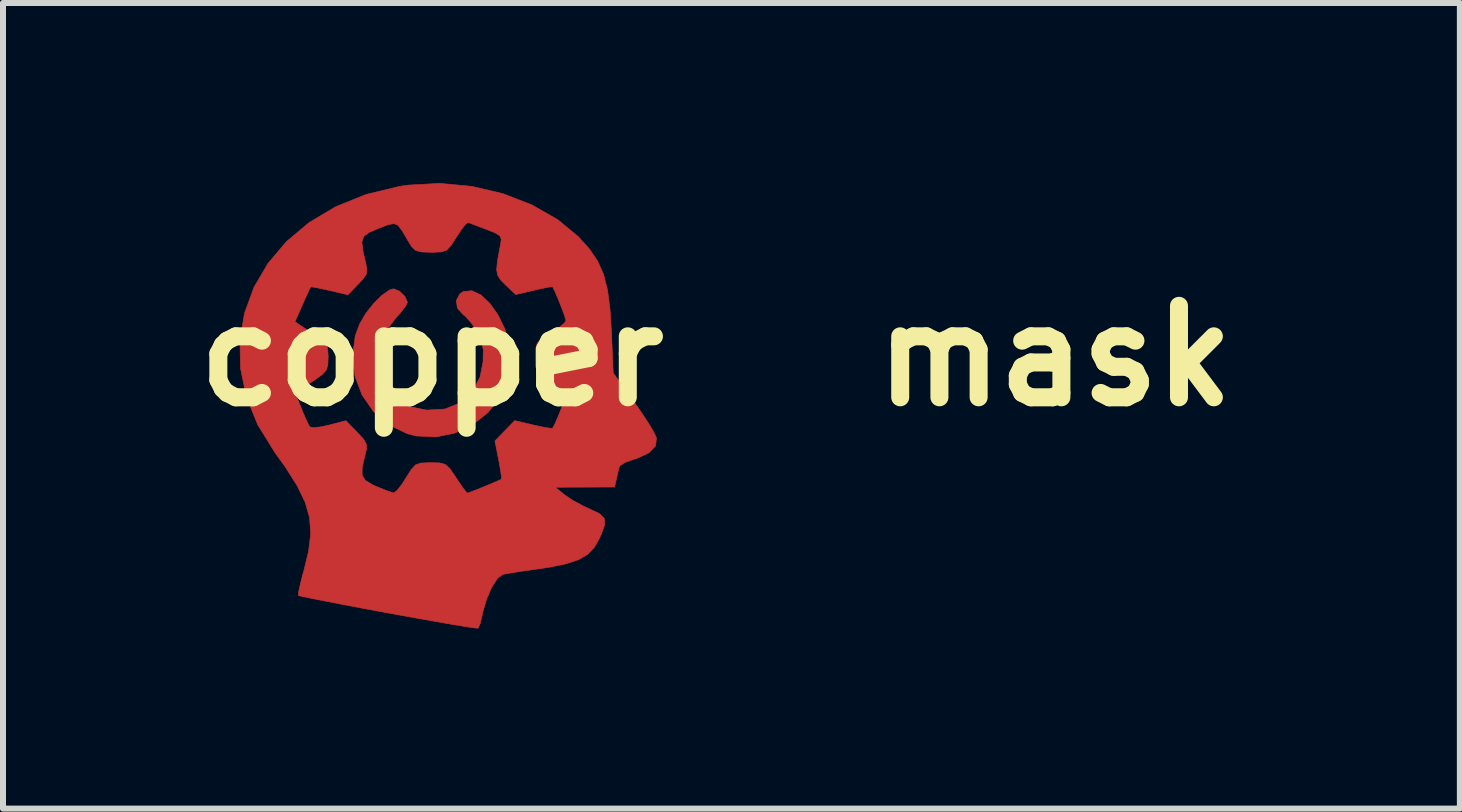
<source format=kicad_pcb>
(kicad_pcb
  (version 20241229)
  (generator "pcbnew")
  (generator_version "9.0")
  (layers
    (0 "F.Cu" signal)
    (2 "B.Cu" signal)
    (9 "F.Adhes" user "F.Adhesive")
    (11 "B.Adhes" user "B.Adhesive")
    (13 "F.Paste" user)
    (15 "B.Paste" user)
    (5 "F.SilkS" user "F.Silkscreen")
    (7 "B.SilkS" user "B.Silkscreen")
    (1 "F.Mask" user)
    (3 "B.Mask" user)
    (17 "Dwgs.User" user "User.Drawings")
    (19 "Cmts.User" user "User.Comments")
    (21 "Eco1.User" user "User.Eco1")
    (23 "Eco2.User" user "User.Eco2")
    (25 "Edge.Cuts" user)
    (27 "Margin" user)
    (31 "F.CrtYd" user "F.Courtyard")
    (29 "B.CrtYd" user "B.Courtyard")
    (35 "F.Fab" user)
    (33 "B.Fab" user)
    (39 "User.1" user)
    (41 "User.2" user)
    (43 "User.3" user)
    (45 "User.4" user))
  (footprint "mask"
    (layer "F.Cu")
    (at 14.525 2.88)
    (property "Reference" "mask" (at 0 0 0) (layer "F.SilkS") (effects (font (size 1.524 1.524) (thickness 0.3))))
    (attr through_hole)
    (fp_poly (pts (xy -0.537 -1.078) (xy -0.446 -0.989) (xy -0.406 -0.893) (xy -0.44 -0.824) (xy -0.526 -0.713) (xy -0.605 -0.626) (xy -0.793 -0.374) (xy -0.887 -0.104) (xy -0.888 0.172) (xy -0.792 0.44) (xy -0.748 0.51) (xy -0.565 0.723) (xy -0.351 0.848) (xy -0.087 0.903) (xy 0.219 0.885) (xy 0.477 0.781) (xy 0.675 0.601) (xy 0.805 0.351) (xy 0.854 0.097) (xy 0.858 -0.104) (xy 0.826 -0.258) (xy 0.758 -0.402) (xy 0.661 -0.547) (xy 0.557 -0.662) (xy 0.524 -0.687) (xy 0.427 -0.796) (xy 0.409 -0.923) (xy 0.467 -1.033) (xy 0.527 -1.073) (xy 0.668 -1.086) (xy 0.818 -1.016) (xy 0.966 -0.877) (xy 1.101 -0.686) (xy 1.213 -0.46) (xy 1.29 -0.212) (xy 1.32 0.04) (xy 1.321 0.054) (xy 1.274 0.384) (xy 1.142 0.682) (xy 0.941 0.939) (xy 0.685 1.143) (xy 0.389 1.284) (xy 0.067 1.35) (xy -0.265 1.333) (xy -0.408 1.296) (xy -0.718 1.147) (xy -0.972 0.926) (xy -1.162 0.65) (xy -1.28 0.337) (xy -1.32 0.003) (xy -1.275 -0.335) (xy -1.201 -0.534) (xy -1.102 -0.704) (xy -0.972 -0.869) (xy -0.833 -1.008) (xy -0.706 -1.097) (xy -0.637 -1.118) (xy -0.537 -1.078)) (stroke (width 0.01) (type solid)) (fill yes) (layer "F.Mask"))
    (fp_poly (pts (xy 0.668 -2.825) (xy 1.185 -2.704) (xy 1.669 -2.516) (xy 2.101 -2.268) (xy 2.44 -1.988) (xy 2.624 -1.785) (xy 2.762 -1.583) (xy 2.861 -1.361) (xy 2.928 -1.098) (xy 2.97 -0.773) (xy 2.993 -0.404) (xy 3.023 0.284) (xy 3.367 0.762) (xy 3.508 0.964) (xy 3.627 1.148) (xy 3.71 1.291) (xy 3.743 1.365) (xy 3.729 1.498) (xy 3.619 1.614) (xy 3.419 1.707) (xy 3.345 1.729) (xy 3.215 1.777) (xy 3.135 1.83) (xy 3.126 1.844) (xy 3.102 1.937) (xy 3.077 2.045) (xy 3.046 2.184) (xy 2.552 2.186) (xy 2.057 2.188) (xy 2.21 2.313) (xy 2.347 2.406) (xy 2.528 2.503) (xy 2.629 2.549) (xy 2.791 2.626) (xy 2.872 2.704) (xy 2.881 2.808) (xy 2.827 2.964) (xy 2.797 3.031) (xy 2.711 3.186) (xy 2.6 3.304) (xy 2.448 3.394) (xy 2.239 3.463) (xy 1.957 3.521) (xy 1.707 3.558) (xy 1.499 3.587) (xy 1.319 3.615) (xy 1.2 3.637) (xy 1.185 3.64) (xy 1.095 3.706) (xy 1.001 3.85) (xy 0.915 4.046) (xy 0.849 4.271) (xy 0.837 4.331) (xy 0.806 4.458) (xy 0.775 4.532) (xy 0.769 4.537) (xy 0.713 4.532) (xy 0.569 4.511) (xy 0.351 4.475) (xy 0.071 4.426) (xy -0.258 4.368) (xy -0.623 4.302) (xy -0.733 4.282) (xy -1.106 4.213) (xy -1.446 4.149) (xy -1.739 4.092) (xy -1.974 4.046) (xy -2.138 4.012) (xy -2.217 3.994) (xy -2.223 3.991) (xy -2.219 3.937) (xy -2.192 3.809) (xy -2.147 3.633) (xy -2.13 3.573) (xy -2.051 3.247) (xy -2.018 2.962) (xy -2.035 2.7) (xy -2.108 2.441) (xy -2.242 2.164) (xy -2.441 1.85) (xy -2.614 1.609) (xy -2.9 1.147) (xy -3.09 0.677) (xy -3.187 0.204) (xy -3.196 -0.261) (xy -3.144 -0.569) (xy -2.28 -0.569) (xy -2.004 -0.386) (xy -1.854 -0.283) (xy -1.772 -0.205) (xy -1.736 -0.123) (xy -1.727 -0.008) (xy -1.727 0.025) (xy -1.732 0.152) (xy -1.76 0.239) (xy -1.831 0.315) (xy -1.964 0.41) (xy -2.002 0.435) (xy -2.277 0.618) (xy -2.171 0.88) (xy -2.107 1.033) (xy -2.053 1.146) (xy -2.03 1.184) (xy -1.966 1.195) (xy -1.836 1.18) (xy -1.713 1.152) (xy -1.431 1.079) (xy -1.245 1.27) (xy -1.137 1.386) (xy -1.09 1.47) (xy -1.089 1.56) (xy -1.113 1.657) (xy -1.16 1.856) (xy -1.161 1.987) (xy -1.106 2.075) (xy -0.985 2.148) (xy -0.927 2.174) (xy -0.779 2.234) (xy -0.667 2.274) (xy -0.633 2.282) (xy -0.58 2.244) (xy -0.499 2.141) (xy -0.43 2.033) (xy -0.341 1.891) (xy -0.27 1.815) (xy -0.181 1.785) (xy -0.041 1.779) (xy -0.018 1.779) (xy 0.13 1.782) (xy 0.224 1.807) (xy 0.299 1.874) (xy 0.388 2.004) (xy 0.406 2.032) (xy 0.497 2.167) (xy 0.565 2.259) (xy 0.593 2.286) (xy 0.646 2.268) (xy 0.76 2.224) (xy 0.901 2.166) (xy 1.037 2.11) (xy 1.133 2.067) (xy 1.159 2.053) (xy 1.159 2.002) (xy 1.141 1.879) (xy 1.114 1.729) (xy 1.052 1.417) (xy 1.381 1.078) (xy 1.688 1.15) (xy 1.851 1.185) (xy 1.968 1.205) (xy 2.011 1.207) (xy 2.046 1.144) (xy 2.1 1.021) (xy 2.159 0.874) (xy 2.208 0.739) (xy 2.233 0.653) (xy 2.234 0.643) (xy 2.193 0.587) (xy 2.088 0.504) (xy 1.98 0.434) (xy 1.838 0.346) (xy 1.763 0.274) (xy 1.733 0.186) (xy 1.727 0.047) (xy 1.727 0.026) (xy 1.731 -0.122) (xy 1.757 -0.214) (xy 1.826 -0.284) (xy 1.958 -0.368) (xy 1.981 -0.381) (xy 2.119 -0.471) (xy 2.211 -0.549) (xy 2.235 -0.588) (xy 2.217 -0.655) (xy 2.172 -0.78) (xy 2.114 -0.927) (xy 2.058 -1.06) (xy 2.017 -1.145) (xy 2.011 -1.154) (xy 1.961 -1.149) (xy 1.841 -1.125) (xy 1.7 -1.093) (xy 1.397 -1.022) (xy 1.228 -1.184) (xy 1.146 -1.268) (xy 1.098 -1.344) (xy 1.081 -1.436) (xy 1.093 -1.571) (xy 1.129 -1.772) (xy 1.146 -1.855) (xy 1.157 -1.945) (xy 1.133 -2.003) (xy 1.052 -2.052) (xy 0.907 -2.109) (xy 0.754 -2.167) (xy 0.642 -2.21) (xy 0.604 -2.225) (xy 0.562 -2.193) (xy 0.487 -2.096) (xy 0.413 -1.984) (xy 0.321 -1.841) (xy 0.249 -1.764) (xy 0.161 -1.733) (xy 0.023 -1.727) (xy -0.016 -1.727) (xy -0.176 -1.732) (xy -0.271 -1.758) (xy -0.339 -1.825) (xy -0.396 -1.918) (xy -0.492 -2.083) (xy -0.561 -2.175) (xy -0.631 -2.205) (xy -0.728 -2.186) (xy -0.88 -2.128) (xy -0.88 -2.128) (xy -1.043 -2.059) (xy -1.134 -1.991) (xy -1.165 -1.896) (xy -1.147 -1.748) (xy -1.112 -1.597) (xy -1.082 -1.457) (xy -1.09 -1.365) (xy -1.149 -1.277) (xy -1.226 -1.196) (xy -1.397 -1.019) (xy -1.702 -1.09) (xy -1.862 -1.125) (xy -1.977 -1.147) (xy -2.017 -1.149) (xy -2.042 -1.101) (xy -2.095 -0.985) (xy -2.154 -0.854) (xy -2.28 -0.569) (xy -3.144 -0.569) (xy -3.12 -0.712) (xy -2.963 -1.142) (xy -2.729 -1.541) (xy -2.422 -1.904) (xy -2.045 -2.221) (xy -1.603 -2.485) (xy -1.098 -2.689) (xy -0.537 -2.825) (xy -0.393 -2.846) (xy 0.135 -2.875) (xy 0.668 -2.825)) (stroke (width 0.01) (type solid)) (fill yes) (layer "F.Mask")))
  (footprint "copper"
    (layer "F.Cu")
    (at 4.144 2.88)
    (property "Reference" "copper" (at 0 0 0) (layer "F.SilkS") (effects (font (size 1.524 1.524) (thickness 0.3))))
    (attr through_hole)
    (fp_poly (pts (xy -0.537 -1.078) (xy -0.446 -0.989) (xy -0.406 -0.893) (xy -0.44 -0.824) (xy -0.526 -0.713) (xy -0.605 -0.626) (xy -0.793 -0.374) (xy -0.887 -0.104) (xy -0.888 0.172) (xy -0.792 0.44) (xy -0.748 0.51) (xy -0.565 0.723) (xy -0.351 0.848) (xy -0.087 0.903) (xy 0.219 0.885) (xy 0.477 0.781) (xy 0.675 0.601) (xy 0.805 0.351) (xy 0.854 0.097) (xy 0.858 -0.104) (xy 0.826 -0.258) (xy 0.758 -0.402) (xy 0.661 -0.547) (xy 0.557 -0.662) (xy 0.524 -0.687) (xy 0.427 -0.796) (xy 0.409 -0.923) (xy 0.467 -1.033) (xy 0.527 -1.073) (xy 0.668 -1.086) (xy 0.818 -1.016) (xy 0.966 -0.877) (xy 1.101 -0.686) (xy 1.213 -0.46) (xy 1.29 -0.212) (xy 1.32 0.04) (xy 1.321 0.054) (xy 1.274 0.384) (xy 1.142 0.682) (xy 0.941 0.939) (xy 0.685 1.143) (xy 0.389 1.284) (xy 0.067 1.35) (xy -0.265 1.333) (xy -0.408 1.296) (xy -0.718 1.147) (xy -0.972 0.926) (xy -1.162 0.65) (xy -1.28 0.337) (xy -1.32 0.003) (xy -1.275 -0.335) (xy -1.201 -0.534) (xy -1.102 -0.704) (xy -0.972 -0.869) (xy -0.833 -1.008) (xy -0.706 -1.097) (xy -0.637 -1.118) (xy -0.537 -1.078)) (stroke (width 0.01) (type solid)) (fill yes) (layer "F.Cu"))
    (fp_poly (pts (xy 0.668 -2.825) (xy 1.185 -2.704) (xy 1.669 -2.516) (xy 2.101 -2.268) (xy 2.44 -1.988) (xy 2.624 -1.785) (xy 2.762 -1.583) (xy 2.861 -1.361) (xy 2.928 -1.098) (xy 2.97 -0.773) (xy 2.993 -0.404) (xy 3.023 0.284) (xy 3.367 0.762) (xy 3.508 0.964) (xy 3.627 1.148) (xy 3.71 1.291) (xy 3.743 1.365) (xy 3.729 1.498) (xy 3.619 1.614) (xy 3.419 1.707) (xy 3.345 1.729) (xy 3.215 1.777) (xy 3.135 1.83) (xy 3.126 1.844) (xy 3.102 1.937) (xy 3.077 2.045) (xy 3.046 2.184) (xy 2.552 2.186) (xy 2.057 2.188) (xy 2.21 2.313) (xy 2.347 2.406) (xy 2.528 2.503) (xy 2.629 2.549) (xy 2.791 2.626) (xy 2.872 2.704) (xy 2.881 2.808) (xy 2.827 2.964) (xy 2.797 3.031) (xy 2.711 3.186) (xy 2.6 3.304) (xy 2.448 3.394) (xy 2.239 3.463) (xy 1.957 3.521) (xy 1.707 3.558) (xy 1.499 3.587) (xy 1.319 3.615) (xy 1.2 3.637) (xy 1.185 3.64) (xy 1.095 3.706) (xy 1.001 3.85) (xy 0.915 4.046) (xy 0.849 4.271) (xy 0.837 4.331) (xy 0.806 4.458) (xy 0.775 4.532) (xy 0.769 4.537) (xy 0.713 4.532) (xy 0.569 4.511) (xy 0.351 4.475) (xy 0.071 4.426) (xy -0.258 4.368) (xy -0.623 4.302) (xy -0.733 4.282) (xy -1.106 4.213) (xy -1.446 4.149) (xy -1.739 4.092) (xy -1.974 4.046) (xy -2.138 4.012) (xy -2.217 3.994) (xy -2.223 3.991) (xy -2.219 3.937) (xy -2.192 3.809) (xy -2.147 3.633) (xy -2.13 3.573) (xy -2.051 3.247) (xy -2.018 2.962) (xy -2.035 2.7) (xy -2.108 2.441) (xy -2.242 2.164) (xy -2.441 1.85) (xy -2.614 1.609) (xy -2.9 1.147) (xy -3.09 0.677) (xy -3.187 0.204) (xy -3.196 -0.261) (xy -3.144 -0.569) (xy -2.28 -0.569) (xy -2.004 -0.386) (xy -1.854 -0.283) (xy -1.772 -0.205) (xy -1.736 -0.123) (xy -1.727 -0.008) (xy -1.727 0.025) (xy -1.732 0.152) (xy -1.76 0.239) (xy -1.831 0.315) (xy -1.964 0.41) (xy -2.002 0.435) (xy -2.277 0.618) (xy -2.171 0.88) (xy -2.107 1.033) (xy -2.053 1.146) (xy -2.03 1.184) (xy -1.966 1.195) (xy -1.836 1.18) (xy -1.713 1.152) (xy -1.431 1.079) (xy -1.245 1.27) (xy -1.137 1.386) (xy -1.09 1.47) (xy -1.089 1.56) (xy -1.113 1.657) (xy -1.16 1.856) (xy -1.161 1.987) (xy -1.106 2.075) (xy -0.985 2.148) (xy -0.927 2.174) (xy -0.779 2.234) (xy -0.667 2.274) (xy -0.633 2.282) (xy -0.58 2.244) (xy -0.499 2.141) (xy -0.43 2.033) (xy -0.341 1.891) (xy -0.27 1.815) (xy -0.181 1.785) (xy -0.041 1.779) (xy -0.018 1.779) (xy 0.13 1.782) (xy 0.224 1.807) (xy 0.299 1.874) (xy 0.388 2.004) (xy 0.406 2.032) (xy 0.497 2.167) (xy 0.565 2.259) (xy 0.593 2.286) (xy 0.646 2.268) (xy 0.76 2.224) (xy 0.901 2.166) (xy 1.037 2.11) (xy 1.133 2.067) (xy 1.159 2.053) (xy 1.159 2.002) (xy 1.141 1.879) (xy 1.114 1.729) (xy 1.052 1.417) (xy 1.381 1.078) (xy 1.688 1.15) (xy 1.851 1.185) (xy 1.968 1.205) (xy 2.011 1.207) (xy 2.046 1.144) (xy 2.1 1.021) (xy 2.159 0.874) (xy 2.208 0.739) (xy 2.233 0.653) (xy 2.234 0.643) (xy 2.193 0.587) (xy 2.088 0.504) (xy 1.98 0.434) (xy 1.838 0.346) (xy 1.763 0.274) (xy 1.733 0.186) (xy 1.727 0.047) (xy 1.727 0.026) (xy 1.731 -0.122) (xy 1.757 -0.214) (xy 1.826 -0.284) (xy 1.958 -0.368) (xy 1.981 -0.381) (xy 2.119 -0.471) (xy 2.211 -0.549) (xy 2.235 -0.588) (xy 2.217 -0.655) (xy 2.172 -0.78) (xy 2.114 -0.927) (xy 2.058 -1.06) (xy 2.017 -1.145) (xy 2.011 -1.154) (xy 1.961 -1.149) (xy 1.841 -1.125) (xy 1.7 -1.093) (xy 1.397 -1.022) (xy 1.228 -1.184) (xy 1.146 -1.268) (xy 1.098 -1.344) (xy 1.081 -1.436) (xy 1.093 -1.571) (xy 1.129 -1.772) (xy 1.146 -1.855) (xy 1.157 -1.945) (xy 1.133 -2.003) (xy 1.052 -2.052) (xy 0.907 -2.109) (xy 0.754 -2.167) (xy 0.642 -2.21) (xy 0.604 -2.225) (xy 0.562 -2.193) (xy 0.487 -2.096) (xy 0.413 -1.984) (xy 0.321 -1.841) (xy 0.249 -1.764) (xy 0.161 -1.733) (xy 0.023 -1.727) (xy -0.016 -1.727) (xy -0.176 -1.732) (xy -0.271 -1.758) (xy -0.339 -1.825) (xy -0.396 -1.918) (xy -0.492 -2.083) (xy -0.561 -2.175) (xy -0.631 -2.205) (xy -0.728 -2.186) (xy -0.88 -2.128) (xy -0.88 -2.128) (xy -1.043 -2.059) (xy -1.134 -1.991) (xy -1.165 -1.896) (xy -1.147 -1.748) (xy -1.112 -1.597) (xy -1.082 -1.457) (xy -1.09 -1.365) (xy -1.149 -1.277) (xy -1.226 -1.196) (xy -1.397 -1.019) (xy -1.702 -1.09) (xy -1.862 -1.125) (xy -1.977 -1.147) (xy -2.017 -1.149) (xy -2.042 -1.101) (xy -2.095 -0.985) (xy -2.154 -0.854) (xy -2.28 -0.569) (xy -3.144 -0.569) (xy -3.12 -0.712) (xy -2.963 -1.142) (xy -2.729 -1.541) (xy -2.422 -1.904) (xy -2.045 -2.221) (xy -1.603 -2.485) (xy -1.098 -2.689) (xy -0.537 -2.825) (xy -0.393 -2.846) (xy 0.135 -2.875) (xy 0.668 -2.825)) (stroke (width 0.01) (type solid)) (fill yes) (layer "F.Cu")))
  (gr_rect
    (start -3 -3)
    (end 21.273 10.422)
    (stroke (width 0.1) (type default))
    (fill no)
    (layer "Edge.Cuts")))
</source>
